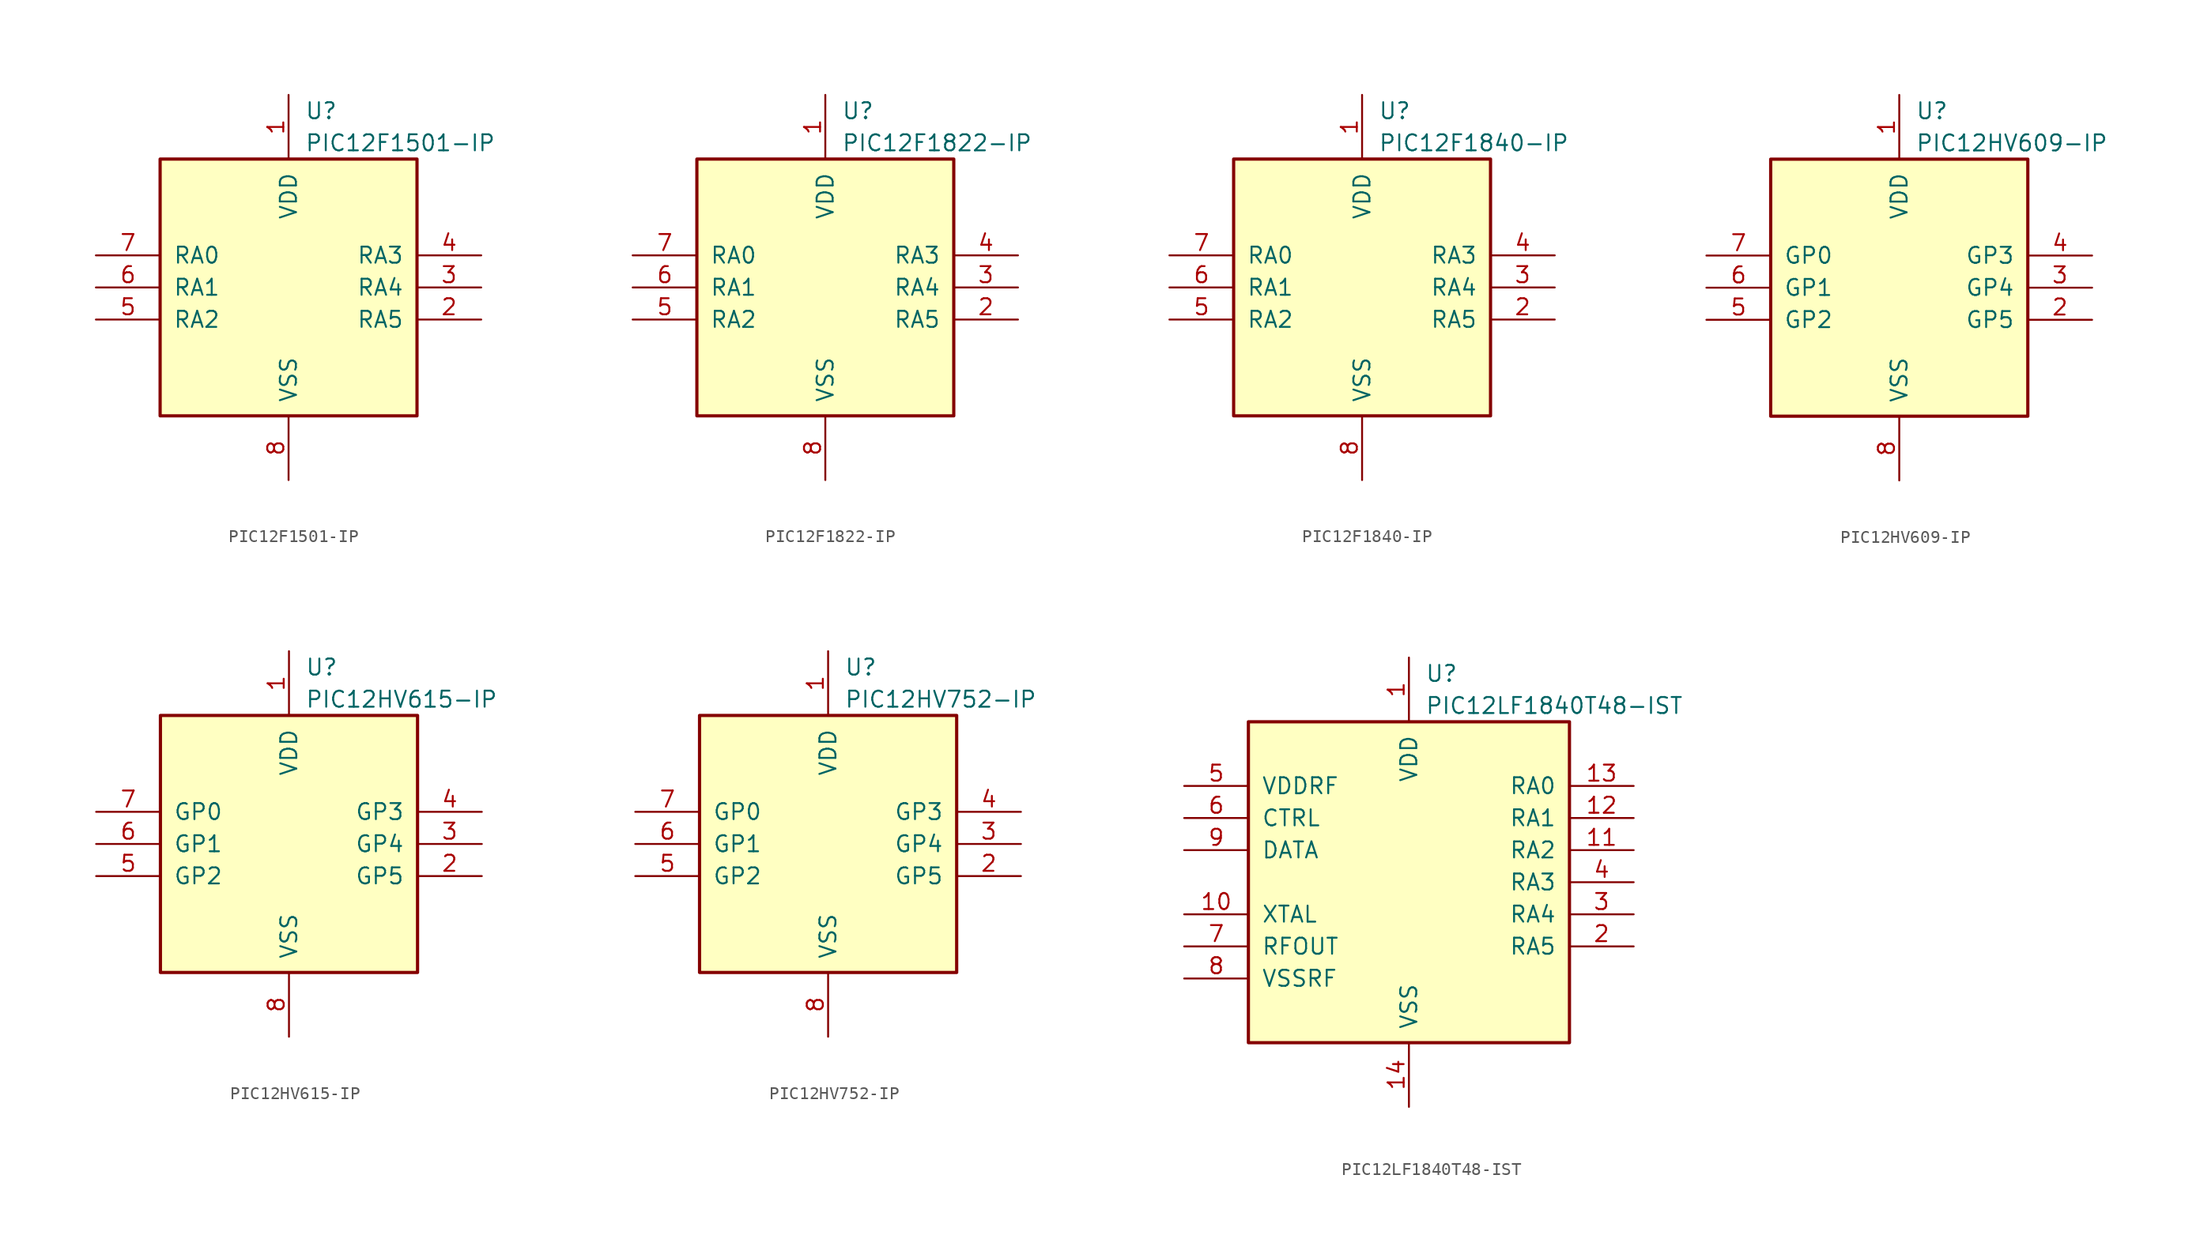
<source format=kicad_sym>
(kicad_symbol_lib
  (version 20220914)
  (generator kicad_symbol_editor)
  (symbol "PIC12F1501-IP"
    (pin_names
      (offset 1.016))
    (property "Reference" "U"
      (at 1.27 13.97 0)
      (effects (font (size 1.27 1.27)) (justify left)))
    (property "Value" "PIC12F1501-IP"
      (at 1.27 11.43 0)
      (effects (font (size 1.27 1.27)) (justify left)))
    (symbol "PIC12F1501-IP_0_1"
      (rectangle (start 10.16 -10.16) (end -10.16 10.16) (stroke (width 0.254) (type default)) (fill (type background))))
    (symbol "PIC12F1501-IP_1_1"
      (pin power_in line (at 0 15.24 270) (length 5.08) (name "VDD" (effects (font (size 1.27 1.27)))) (number "1" (effects (font (size 1.27 1.27)))))
      (pin bidirectional line (at 15.24 -2.54 180) (length 5.08) (name "RA5" (effects (font (size 1.27 1.27)))) (number "2" (effects (font (size 1.27 1.27)))))
      (pin bidirectional line (at 15.24 0 180) (length 5.08) (name "RA4" (effects (font (size 1.27 1.27)))) (number "3" (effects (font (size 1.27 1.27)))))
      (pin input line (at 15.24 2.54 180) (length 5.08) (name "RA3" (effects (font (size 1.27 1.27)))) (number "4" (effects (font (size 1.27 1.27)))))
      (pin bidirectional line (at -15.24 -2.54 0) (length 5.08) (name "RA2" (effects (font (size 1.27 1.27)))) (number "5" (effects (font (size 1.27 1.27)))))
      (pin bidirectional line (at -15.24 0 0) (length 5.08) (name "RA1" (effects (font (size 1.27 1.27)))) (number "6" (effects (font (size 1.27 1.27)))))
      (pin bidirectional line (at -15.24 2.54 0) (length 5.08) (name "RA0" (effects (font (size 1.27 1.27)))) (number "7" (effects (font (size 1.27 1.27)))))
      (pin power_in line (at 0 -15.24 90) (length 5.08) (name "VSS" (effects (font (size 1.27 1.27)))) (number "8" (effects (font (size 1.27 1.27)))))))
  (symbol "PIC12F1822-IP"
    (pin_names
      (offset 1.016))
    (property "Reference" "U"
      (at 1.27 13.97 0)
      (effects (font (size 1.27 1.27)) (justify left)))
    (property "Value" "PIC12F1822-IP"
      (at 1.27 11.43 0)
      (effects (font (size 1.27 1.27)) (justify left)))
    (symbol "PIC12F1822-IP_0_1"
      (rectangle (start 10.16 -10.16) (end -10.16 10.16) (stroke (width 0.254) (type default)) (fill (type background))))
    (symbol "PIC12F1822-IP_1_1"
      (pin power_in line (at 0 15.24 270) (length 5.08) (name "VDD" (effects (font (size 1.27 1.27)))) (number "1" (effects (font (size 1.27 1.27)))))
      (pin bidirectional line (at 15.24 -2.54 180) (length 5.08) (name "RA5" (effects (font (size 1.27 1.27)))) (number "2" (effects (font (size 1.27 1.27)))))
      (pin bidirectional line (at 15.24 0 180) (length 5.08) (name "RA4" (effects (font (size 1.27 1.27)))) (number "3" (effects (font (size 1.27 1.27)))))
      (pin input line (at 15.24 2.54 180) (length 5.08) (name "RA3" (effects (font (size 1.27 1.27)))) (number "4" (effects (font (size 1.27 1.27)))))
      (pin bidirectional line (at -15.24 -2.54 0) (length 5.08) (name "RA2" (effects (font (size 1.27 1.27)))) (number "5" (effects (font (size 1.27 1.27)))))
      (pin bidirectional line (at -15.24 0 0) (length 5.08) (name "RA1" (effects (font (size 1.27 1.27)))) (number "6" (effects (font (size 1.27 1.27)))))
      (pin bidirectional line (at -15.24 2.54 0) (length 5.08) (name "RA0" (effects (font (size 1.27 1.27)))) (number "7" (effects (font (size 1.27 1.27)))))
      (pin power_in line (at 0 -15.24 90) (length 5.08) (name "VSS" (effects (font (size 1.27 1.27)))) (number "8" (effects (font (size 1.27 1.27)))))))
  (symbol "PIC12F1840-IP"
    (pin_names
      (offset 1.016))
    (property "Reference" "U"
      (at 1.27 13.97 0)
      (effects (font (size 1.27 1.27)) (justify left)))
    (property "Value" "PIC12F1840-IP"
      (at 1.27 11.43 0)
      (effects (font (size 1.27 1.27)) (justify left)))
    (symbol "PIC12F1840-IP_0_1"
      (rectangle (start 10.16 -10.16) (end -10.16 10.16) (stroke (width 0.254) (type default)) (fill (type background))))
    (symbol "PIC12F1840-IP_1_1"
      (pin power_in line (at 0 15.24 270) (length 5.08) (name "VDD" (effects (font (size 1.27 1.27)))) (number "1" (effects (font (size 1.27 1.27)))))
      (pin bidirectional line (at 15.24 -2.54 180) (length 5.08) (name "RA5" (effects (font (size 1.27 1.27)))) (number "2" (effects (font (size 1.27 1.27)))))
      (pin bidirectional line (at 15.24 0 180) (length 5.08) (name "RA4" (effects (font (size 1.27 1.27)))) (number "3" (effects (font (size 1.27 1.27)))))
      (pin input line (at 15.24 2.54 180) (length 5.08) (name "RA3" (effects (font (size 1.27 1.27)))) (number "4" (effects (font (size 1.27 1.27)))))
      (pin bidirectional line (at -15.24 -2.54 0) (length 5.08) (name "RA2" (effects (font (size 1.27 1.27)))) (number "5" (effects (font (size 1.27 1.27)))))
      (pin bidirectional line (at -15.24 0 0) (length 5.08) (name "RA1" (effects (font (size 1.27 1.27)))) (number "6" (effects (font (size 1.27 1.27)))))
      (pin bidirectional line (at -15.24 2.54 0) (length 5.08) (name "RA0" (effects (font (size 1.27 1.27)))) (number "7" (effects (font (size 1.27 1.27)))))
      (pin power_in line (at 0 -15.24 90) (length 5.08) (name "VSS" (effects (font (size 1.27 1.27)))) (number "8" (effects (font (size 1.27 1.27)))))))
  (symbol "PIC12HV609-IP"
    (pin_names
      (offset 1.016))
    (property "Reference" "U"
      (at 1.27 13.97 0)
      (effects (font (size 1.27 1.27)) (justify left)))
    (property "Value" "PIC12HV609-IP"
      (at 1.27 11.43 0)
      (effects (font (size 1.27 1.27)) (justify left)))
    (symbol "PIC12HV609-IP_0_1"
      (rectangle (start 10.16 -10.16) (end -10.16 10.16) (stroke (width 0.254) (type default)) (fill (type background))))
    (symbol "PIC12HV609-IP_1_1"
      (pin power_in line (at 0 15.24 270) (length 5.08) (name "VDD" (effects (font (size 1.27 1.27)))) (number "1" (effects (font (size 1.27 1.27)))))
      (pin bidirectional line (at 15.24 -2.54 180) (length 5.08) (name "GP5" (effects (font (size 1.27 1.27)))) (number "2" (effects (font (size 1.27 1.27)))))
      (pin bidirectional line (at 15.24 0 180) (length 5.08) (name "GP4" (effects (font (size 1.27 1.27)))) (number "3" (effects (font (size 1.27 1.27)))))
      (pin input line (at 15.24 2.54 180) (length 5.08) (name "GP3" (effects (font (size 1.27 1.27)))) (number "4" (effects (font (size 1.27 1.27)))))
      (pin bidirectional line (at -15.24 -2.54 0) (length 5.08) (name "GP2" (effects (font (size 1.27 1.27)))) (number "5" (effects (font (size 1.27 1.27)))))
      (pin bidirectional line (at -15.24 0 0) (length 5.08) (name "GP1" (effects (font (size 1.27 1.27)))) (number "6" (effects (font (size 1.27 1.27)))))
      (pin bidirectional line (at -15.24 2.54 0) (length 5.08) (name "GP0" (effects (font (size 1.27 1.27)))) (number "7" (effects (font (size 1.27 1.27)))))
      (pin power_in line (at 0 -15.24 90) (length 5.08) (name "VSS" (effects (font (size 1.27 1.27)))) (number "8" (effects (font (size 1.27 1.27)))))))
  (symbol "PIC12HV615-IP"
    (pin_names
      (offset 1.016))
    (property "Reference" "U"
      (at 1.27 13.97 0)
      (effects (font (size 1.27 1.27)) (justify left)))
    (property "Value" "PIC12HV615-IP"
      (at 1.27 11.43 0)
      (effects (font (size 1.27 1.27)) (justify left)))
    (symbol "PIC12HV615-IP_0_1"
      (rectangle (start 10.16 -10.16) (end -10.16 10.16) (stroke (width 0.254) (type default)) (fill (type background))))
    (symbol "PIC12HV615-IP_1_1"
      (pin power_in line (at 0 15.24 270) (length 5.08) (name "VDD" (effects (font (size 1.27 1.27)))) (number "1" (effects (font (size 1.27 1.27)))))
      (pin bidirectional line (at 15.24 -2.54 180) (length 5.08) (name "GP5" (effects (font (size 1.27 1.27)))) (number "2" (effects (font (size 1.27 1.27)))))
      (pin bidirectional line (at 15.24 0 180) (length 5.08) (name "GP4" (effects (font (size 1.27 1.27)))) (number "3" (effects (font (size 1.27 1.27)))))
      (pin input line (at 15.24 2.54 180) (length 5.08) (name "GP3" (effects (font (size 1.27 1.27)))) (number "4" (effects (font (size 1.27 1.27)))))
      (pin bidirectional line (at -15.24 -2.54 0) (length 5.08) (name "GP2" (effects (font (size 1.27 1.27)))) (number "5" (effects (font (size 1.27 1.27)))))
      (pin bidirectional line (at -15.24 0 0) (length 5.08) (name "GP1" (effects (font (size 1.27 1.27)))) (number "6" (effects (font (size 1.27 1.27)))))
      (pin bidirectional line (at -15.24 2.54 0) (length 5.08) (name "GP0" (effects (font (size 1.27 1.27)))) (number "7" (effects (font (size 1.27 1.27)))))
      (pin power_in line (at 0 -15.24 90) (length 5.08) (name "VSS" (effects (font (size 1.27 1.27)))) (number "8" (effects (font (size 1.27 1.27)))))))
  (symbol "PIC12HV752-IP"
    (pin_names
      (offset 1.016))
    (property "Reference" "U"
      (at 1.27 13.97 0)
      (effects (font (size 1.27 1.27)) (justify left)))
    (property "Value" "PIC12HV752-IP"
      (at 1.27 11.43 0)
      (effects (font (size 1.27 1.27)) (justify left)))
    (symbol "PIC12HV752-IP_0_1"
      (rectangle (start 10.16 -10.16) (end -10.16 10.16) (stroke (width 0.254) (type default)) (fill (type background))))
    (symbol "PIC12HV752-IP_1_1"
      (pin power_in line (at 0 15.24 270) (length 5.08) (name "VDD" (effects (font (size 1.27 1.27)))) (number "1" (effects (font (size 1.27 1.27)))))
      (pin bidirectional line (at 15.24 -2.54 180) (length 5.08) (name "GP5" (effects (font (size 1.27 1.27)))) (number "2" (effects (font (size 1.27 1.27)))))
      (pin bidirectional line (at 15.24 0 180) (length 5.08) (name "GP4" (effects (font (size 1.27 1.27)))) (number "3" (effects (font (size 1.27 1.27)))))
      (pin input line (at 15.24 2.54 180) (length 5.08) (name "GP3" (effects (font (size 1.27 1.27)))) (number "4" (effects (font (size 1.27 1.27)))))
      (pin bidirectional line (at -15.24 -2.54 0) (length 5.08) (name "GP2" (effects (font (size 1.27 1.27)))) (number "5" (effects (font (size 1.27 1.27)))))
      (pin bidirectional line (at -15.24 0 0) (length 5.08) (name "GP1" (effects (font (size 1.27 1.27)))) (number "6" (effects (font (size 1.27 1.27)))))
      (pin bidirectional line (at -15.24 2.54 0) (length 5.08) (name "GP0" (effects (font (size 1.27 1.27)))) (number "7" (effects (font (size 1.27 1.27)))))
      (pin power_in line (at 0 -15.24 90) (length 5.08) (name "VSS" (effects (font (size 1.27 1.27)))) (number "8" (effects (font (size 1.27 1.27)))))))
  (symbol "PIC12LF1840T48-IST"
    (pin_names
      (offset 1.016))
    (property "Reference" "U"
      (at 1.27 16.51 0)
      (effects (font (size 1.27 1.27)) (justify left)))
    (property "Value" "PIC12LF1840T48-IST"
      (at 1.27 13.97 0)
      (effects (font (size 1.27 1.27)) (justify left)))
    (symbol "PIC12LF1840T48-IST_0_1"
      (rectangle (start 12.7 -12.7) (end -12.7 12.7) (stroke (width 0.254) (type default)) (fill (type background))))
    (symbol "PIC12LF1840T48-IST_1_1"
      (pin power_in line (at 0 17.78 270) (length 5.08) (name "VDD" (effects (font (size 1.27 1.27)))) (number "1" (effects (font (size 1.27 1.27)))))
      (pin input line (at -17.78 -2.54 0) (length 5.08) (name "XTAL" (effects (font (size 1.27 1.27)))) (number "10" (effects (font (size 1.27 1.27)))))
      (pin bidirectional line (at 17.78 2.54 180) (length 5.08) (name "RA2" (effects (font (size 1.27 1.27)))) (number "11" (effects (font (size 1.27 1.27)))))
      (pin bidirectional line (at 17.78 5.08 180) (length 5.08) (name "RA1" (effects (font (size 1.27 1.27)))) (number "12" (effects (font (size 1.27 1.27)))))
      (pin bidirectional line (at 17.78 7.62 180) (length 5.08) (name "RA0" (effects (font (size 1.27 1.27)))) (number "13" (effects (font (size 1.27 1.27)))))
      (pin power_in line (at 0 -17.78 90) (length 5.08) (name "VSS" (effects (font (size 1.27 1.27)))) (number "14" (effects (font (size 1.27 1.27)))))
      (pin bidirectional line (at 17.78 -5.08 180) (length 5.08) (name "RA5" (effects (font (size 1.27 1.27)))) (number "2" (effects (font (size 1.27 1.27)))))
      (pin bidirectional line (at 17.78 -2.54 180) (length 5.08) (name "RA4" (effects (font (size 1.27 1.27)))) (number "3" (effects (font (size 1.27 1.27)))))
      (pin input line (at 17.78 0 180) (length 5.08) (name "RA3" (effects (font (size 1.27 1.27)))) (number "4" (effects (font (size 1.27 1.27)))))
      (pin power_in line (at -17.78 7.62 0) (length 5.08) (name "VDDRF" (effects (font (size 1.27 1.27)))) (number "5" (effects (font (size 1.27 1.27)))))
      (pin input line (at -17.78 5.08 0) (length 5.08) (name "CTRL" (effects (font (size 1.27 1.27)))) (number "6" (effects (font (size 1.27 1.27)))))
      (pin input line (at -17.78 -5.08 0) (length 5.08) (name "RFOUT" (effects (font (size 1.27 1.27)))) (number "7" (effects (font (size 1.27 1.27)))))
      (pin power_in line (at -17.78 -7.62 0) (length 5.08) (name "VSSRF" (effects (font (size 1.27 1.27)))) (number "8" (effects (font (size 1.27 1.27)))))
      (pin input line (at -17.78 2.54 0) (length 5.08) (name "DATA" (effects (font (size 1.27 1.27)))) (number "9" (effects (font (size 1.27 1.27))))))))
</source>
